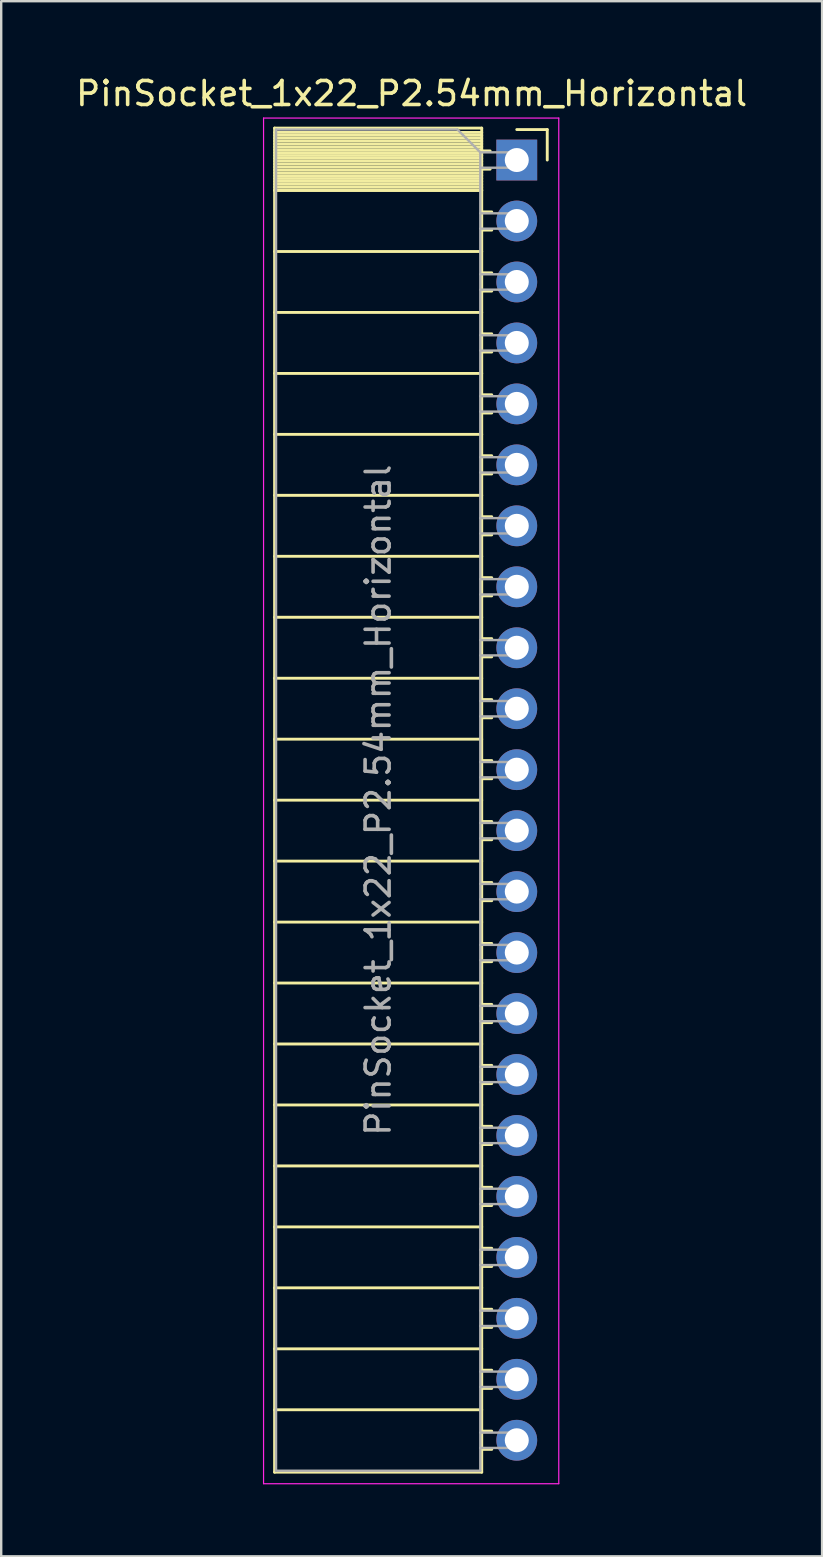
<source format=kicad_pcb>
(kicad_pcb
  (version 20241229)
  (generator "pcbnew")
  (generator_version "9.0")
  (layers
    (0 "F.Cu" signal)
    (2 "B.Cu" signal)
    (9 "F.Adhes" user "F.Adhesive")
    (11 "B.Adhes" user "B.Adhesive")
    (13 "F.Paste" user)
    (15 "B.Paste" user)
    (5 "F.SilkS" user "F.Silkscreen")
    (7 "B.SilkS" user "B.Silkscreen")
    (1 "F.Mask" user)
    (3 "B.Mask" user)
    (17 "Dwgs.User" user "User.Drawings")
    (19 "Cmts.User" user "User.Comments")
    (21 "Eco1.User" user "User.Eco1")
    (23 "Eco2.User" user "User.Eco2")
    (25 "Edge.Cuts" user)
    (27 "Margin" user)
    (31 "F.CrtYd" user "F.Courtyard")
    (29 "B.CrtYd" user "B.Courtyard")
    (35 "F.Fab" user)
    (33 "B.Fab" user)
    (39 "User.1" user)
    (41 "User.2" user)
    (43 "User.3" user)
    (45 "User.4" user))
  (footprint "PinSocket_1x22_P2.54mm_Horizontal"
    (layer "F.Cu")
    (at 18.481 3.618)
    (property "Reference" "PinSocket_1x22_P2.54mm_Horizontal" (at -4.38 -2.77 0) (layer "F.SilkS") (effects (font (size 1 1) (thickness 0.15))))
    (attr through_hole)
    (fp_line (start -10.09 -1.33) (end -10.09 54.67) (stroke (width 0.12) (type solid)) (layer "F.SilkS"))
    (fp_line (start -10.09 -1.33) (end -1.46 -1.33) (stroke (width 0.12) (type solid)) (layer "F.SilkS"))
    (fp_line (start -10.09 -1.15) (end -1.46 -1.15) (stroke (width 0.12) (type solid)) (layer "F.SilkS"))
    (fp_line (start -10.09 -1.03) (end -1.46 -1.03) (stroke (width 0.12) (type solid)) (layer "F.SilkS"))
    (fp_line (start -10.09 -0.91) (end -1.46 -0.91) (stroke (width 0.12) (type solid)) (layer "F.SilkS"))
    (fp_line (start -10.09 -0.79) (end -1.46 -0.79) (stroke (width 0.12) (type solid)) (layer "F.SilkS"))
    (fp_line (start -10.09 -0.67) (end -1.46 -0.67) (stroke (width 0.12) (type solid)) (layer "F.SilkS"))
    (fp_line (start -10.09 -0.55) (end -1.46 -0.55) (stroke (width 0.12) (type solid)) (layer "F.SilkS"))
    (fp_line (start -10.09 -0.43) (end -1.46 -0.43) (stroke (width 0.12) (type solid)) (layer "F.SilkS"))
    (fp_line (start -10.09 -0.31) (end -1.46 -0.31) (stroke (width 0.12) (type solid)) (layer "F.SilkS"))
    (fp_line (start -10.09 -0.19) (end -1.46 -0.19) (stroke (width 0.12) (type solid)) (layer "F.SilkS"))
    (fp_line (start -10.09 -0.07) (end -1.46 -0.07) (stroke (width 0.12) (type solid)) (layer "F.SilkS"))
    (fp_line (start -10.09 0.05) (end -1.46 0.05) (stroke (width 0.12) (type solid)) (layer "F.SilkS"))
    (fp_line (start -10.09 0.17) (end -1.46 0.17) (stroke (width 0.12) (type solid)) (layer "F.SilkS"))
    (fp_line (start -10.09 0.29) (end -1.46 0.29) (stroke (width 0.12) (type solid)) (layer "F.SilkS"))
    (fp_line (start -10.09 0.41) (end -1.46 0.41) (stroke (width 0.12) (type solid)) (layer "F.SilkS"))
    (fp_line (start -10.09 0.53) (end -1.46 0.53) (stroke (width 0.12) (type solid)) (layer "F.SilkS"))
    (fp_line (start -10.09 0.65) (end -1.46 0.65) (stroke (width 0.12) (type solid)) (layer "F.SilkS"))
    (fp_line (start -10.09 0.77) (end -1.46 0.77) (stroke (width 0.12) (type solid)) (layer "F.SilkS"))
    (fp_line (start -10.09 0.89) (end -1.46 0.89) (stroke (width 0.12) (type solid)) (layer "F.SilkS"))
    (fp_line (start -10.09 1.01) (end -1.46 1.01) (stroke (width 0.12) (type solid)) (layer "F.SilkS"))
    (fp_line (start -10.09 1.13) (end -1.46 1.13) (stroke (width 0.12) (type solid)) (layer "F.SilkS"))
    (fp_line (start -10.09 1.25) (end -1.46 1.25) (stroke (width 0.12) (type solid)) (layer "F.SilkS"))
    (fp_line (start -10.09 1.27) (end -1.46 1.27) (stroke (width 0.12) (type solid)) (layer "F.SilkS"))
    (fp_line (start -10.09 3.81) (end -1.46 3.81) (stroke (width 0.12) (type solid)) (layer "F.SilkS"))
    (fp_line (start -10.09 6.35) (end -1.46 6.35) (stroke (width 0.12) (type solid)) (layer "F.SilkS"))
    (fp_line (start -10.09 8.89) (end -1.46 8.89) (stroke (width 0.12) (type solid)) (layer "F.SilkS"))
    (fp_line (start -10.09 11.43) (end -1.46 11.43) (stroke (width 0.12) (type solid)) (layer "F.SilkS"))
    (fp_line (start -10.09 13.97) (end -1.46 13.97) (stroke (width 0.12) (type solid)) (layer "F.SilkS"))
    (fp_line (start -10.09 16.51) (end -1.46 16.51) (stroke (width 0.12) (type solid)) (layer "F.SilkS"))
    (fp_line (start -10.09 19.05) (end -1.46 19.05) (stroke (width 0.12) (type solid)) (layer "F.SilkS"))
    (fp_line (start -10.09 21.59) (end -1.46 21.59) (stroke (width 0.12) (type solid)) (layer "F.SilkS"))
    (fp_line (start -10.09 24.13) (end -1.46 24.13) (stroke (width 0.12) (type solid)) (layer "F.SilkS"))
    (fp_line (start -10.09 26.67) (end -1.46 26.67) (stroke (width 0.12) (type solid)) (layer "F.SilkS"))
    (fp_line (start -10.09 29.21) (end -1.46 29.21) (stroke (width 0.12) (type solid)) (layer "F.SilkS"))
    (fp_line (start -10.09 31.75) (end -1.46 31.75) (stroke (width 0.12) (type solid)) (layer "F.SilkS"))
    (fp_line (start -10.09 34.29) (end -1.46 34.29) (stroke (width 0.12) (type solid)) (layer "F.SilkS"))
    (fp_line (start -10.09 36.83) (end -1.46 36.83) (stroke (width 0.12) (type solid)) (layer "F.SilkS"))
    (fp_line (start -10.09 39.37) (end -1.46 39.37) (stroke (width 0.12) (type solid)) (layer "F.SilkS"))
    (fp_line (start -10.09 41.91) (end -1.46 41.91) (stroke (width 0.12) (type solid)) (layer "F.SilkS"))
    (fp_line (start -10.09 44.45) (end -1.46 44.45) (stroke (width 0.12) (type solid)) (layer "F.SilkS"))
    (fp_line (start -10.09 46.99) (end -1.46 46.99) (stroke (width 0.12) (type solid)) (layer "F.SilkS"))
    (fp_line (start -10.09 49.53) (end -1.46 49.53) (stroke (width 0.12) (type solid)) (layer "F.SilkS"))
    (fp_line (start -10.09 52.07) (end -1.46 52.07) (stroke (width 0.12) (type solid)) (layer "F.SilkS"))
    (fp_line (start -10.09 54.67) (end -1.46 54.67) (stroke (width 0.12) (type solid)) (layer "F.SilkS"))
    (fp_line (start -1.46 -1.33) (end -1.46 54.67) (stroke (width 0.12) (type solid)) (layer "F.SilkS"))
    (fp_line (start -1.46 -0.38) (end -1.11 -0.38) (stroke (width 0.12) (type solid)) (layer "F.SilkS"))
    (fp_line (start -1.46 0.38) (end -1.11 0.38) (stroke (width 0.12) (type solid)) (layer "F.SilkS"))
    (fp_line (start -1.46 2.16) (end -1.043 2.16) (stroke (width 0.12) (type solid)) (layer "F.SilkS"))
    (fp_line (start -1.46 2.92) (end -1.043 2.92) (stroke (width 0.12) (type solid)) (layer "F.SilkS"))
    (fp_line (start -1.46 4.7) (end -1.043 4.7) (stroke (width 0.12) (type solid)) (layer "F.SilkS"))
    (fp_line (start -1.46 5.46) (end -1.043 5.46) (stroke (width 0.12) (type solid)) (layer "F.SilkS"))
    (fp_line (start -1.46 7.24) (end -1.043 7.24) (stroke (width 0.12) (type solid)) (layer "F.SilkS"))
    (fp_line (start -1.46 8) (end -1.043 8) (stroke (width 0.12) (type solid)) (layer "F.SilkS"))
    (fp_line (start -1.46 9.78) (end -1.043 9.78) (stroke (width 0.12) (type solid)) (layer "F.SilkS"))
    (fp_line (start -1.46 10.54) (end -1.043 10.54) (stroke (width 0.12) (type solid)) (layer "F.SilkS"))
    (fp_line (start -1.46 12.32) (end -1.043 12.32) (stroke (width 0.12) (type solid)) (layer "F.SilkS"))
    (fp_line (start -1.46 13.08) (end -1.043 13.08) (stroke (width 0.12) (type solid)) (layer "F.SilkS"))
    (fp_line (start -1.46 14.86) (end -1.043 14.86) (stroke (width 0.12) (type solid)) (layer "F.SilkS"))
    (fp_line (start -1.46 15.62) (end -1.043 15.62) (stroke (width 0.12) (type solid)) (layer "F.SilkS"))
    (fp_line (start -1.46 17.4) (end -1.043 17.4) (stroke (width 0.12) (type solid)) (layer "F.SilkS"))
    (fp_line (start -1.46 18.16) (end -1.043 18.16) (stroke (width 0.12) (type solid)) (layer "F.SilkS"))
    (fp_line (start -1.46 19.94) (end -1.043 19.94) (stroke (width 0.12) (type solid)) (layer "F.SilkS"))
    (fp_line (start -1.46 20.7) (end -1.043 20.7) (stroke (width 0.12) (type solid)) (layer "F.SilkS"))
    (fp_line (start -1.46 22.48) (end -1.043 22.48) (stroke (width 0.12) (type solid)) (layer "F.SilkS"))
    (fp_line (start -1.46 23.24) (end -1.043 23.24) (stroke (width 0.12) (type solid)) (layer "F.SilkS"))
    (fp_line (start -1.46 25.02) (end -1.043 25.02) (stroke (width 0.12) (type solid)) (layer "F.SilkS"))
    (fp_line (start -1.46 25.78) (end -1.043 25.78) (stroke (width 0.12) (type solid)) (layer "F.SilkS"))
    (fp_line (start -1.46 27.56) (end -1.043 27.56) (stroke (width 0.12) (type solid)) (layer "F.SilkS"))
    (fp_line (start -1.46 28.32) (end -1.043 28.32) (stroke (width 0.12) (type solid)) (layer "F.SilkS"))
    (fp_line (start -1.46 30.1) (end -1.043 30.1) (stroke (width 0.12) (type solid)) (layer "F.SilkS"))
    (fp_line (start -1.46 30.86) (end -1.043 30.86) (stroke (width 0.12) (type solid)) (layer "F.SilkS"))
    (fp_line (start -1.46 32.64) (end -1.043 32.64) (stroke (width 0.12) (type solid)) (layer "F.SilkS"))
    (fp_line (start -1.46 33.4) (end -1.043 33.4) (stroke (width 0.12) (type solid)) (layer "F.SilkS"))
    (fp_line (start -1.46 35.18) (end -1.043 35.18) (stroke (width 0.12) (type solid)) (layer "F.SilkS"))
    (fp_line (start -1.46 35.94) (end -1.043 35.94) (stroke (width 0.12) (type solid)) (layer "F.SilkS"))
    (fp_line (start -1.46 37.72) (end -1.043 37.72) (stroke (width 0.12) (type solid)) (layer "F.SilkS"))
    (fp_line (start -1.46 38.48) (end -1.043 38.48) (stroke (width 0.12) (type solid)) (layer "F.SilkS"))
    (fp_line (start -1.46 40.26) (end -1.043 40.26) (stroke (width 0.12) (type solid)) (layer "F.SilkS"))
    (fp_line (start -1.46 41.02) (end -1.043 41.02) (stroke (width 0.12) (type solid)) (layer "F.SilkS"))
    (fp_line (start -1.46 42.8) (end -1.043 42.8) (stroke (width 0.12) (type solid)) (layer "F.SilkS"))
    (fp_line (start -1.46 43.56) (end -1.043 43.56) (stroke (width 0.12) (type solid)) (layer "F.SilkS"))
    (fp_line (start -1.46 45.34) (end -1.043 45.34) (stroke (width 0.12) (type solid)) (layer "F.SilkS"))
    (fp_line (start -1.46 46.1) (end -1.043 46.1) (stroke (width 0.12) (type solid)) (layer "F.SilkS"))
    (fp_line (start -1.46 47.88) (end -1.043 47.88) (stroke (width 0.12) (type solid)) (layer "F.SilkS"))
    (fp_line (start -1.46 48.64) (end -1.043 48.64) (stroke (width 0.12) (type solid)) (layer "F.SilkS"))
    (fp_line (start -1.46 50.42) (end -1.043 50.42) (stroke (width 0.12) (type solid)) (layer "F.SilkS"))
    (fp_line (start -1.46 51.18) (end -1.043 51.18) (stroke (width 0.12) (type solid)) (layer "F.SilkS"))
    (fp_line (start -1.46 52.96) (end -1.043 52.96) (stroke (width 0.12) (type solid)) (layer "F.SilkS"))
    (fp_line (start -1.46 53.72) (end -1.043 53.72) (stroke (width 0.12) (type solid)) (layer "F.SilkS"))
    (fp_line (start 0 -1.27) (end 1.27 -1.27) (stroke (width 0.12) (type solid)) (layer "F.SilkS"))
    (fp_line (start 1.27 -1.27) (end 1.27 0) (stroke (width 0.12) (type solid)) (layer "F.SilkS"))
    (fp_line (start -10.55 -1.75) (end -10.55 55.15) (stroke (width 0.05) (type solid)) (layer "F.CrtYd"))
    (fp_line (start -10.55 55.15) (end 1.75 55.15) (stroke (width 0.05) (type solid)) (layer "F.CrtYd"))
    (fp_line (start 1.75 -1.75) (end -10.55 -1.75) (stroke (width 0.05) (type solid)) (layer "F.CrtYd"))
    (fp_line (start 1.75 55.15) (end 1.75 -1.75) (stroke (width 0.05) (type solid)) (layer "F.CrtYd"))
    (fp_line (start -10.03 -1.27) (end -2.47 -1.27) (stroke (width 0.1) (type solid)) (layer "F.Fab"))
    (fp_line (start -10.03 54.61) (end -10.03 -1.27) (stroke (width 0.1) (type solid)) (layer "F.Fab"))
    (fp_line (start -2.47 -1.27) (end -1.52 -0.32) (stroke (width 0.1) (type solid)) (layer "F.Fab"))
    (fp_line (start -1.52 -0.32) (end -1.52 54.61) (stroke (width 0.1) (type solid)) (layer "F.Fab"))
    (fp_line (start -1.52 0.32) (end 0 0.32) (stroke (width 0.1) (type solid)) (layer "F.Fab"))
    (fp_line (start -1.52 2.86) (end 0 2.86) (stroke (width 0.1) (type solid)) (layer "F.Fab"))
    (fp_line (start -1.52 5.4) (end 0 5.4) (stroke (width 0.1) (type solid)) (layer "F.Fab"))
    (fp_line (start -1.52 7.94) (end 0 7.94) (stroke (width 0.1) (type solid)) (layer "F.Fab"))
    (fp_line (start -1.52 10.48) (end 0 10.48) (stroke (width 0.1) (type solid)) (layer "F.Fab"))
    (fp_line (start -1.52 13.02) (end 0 13.02) (stroke (width 0.1) (type solid)) (layer "F.Fab"))
    (fp_line (start -1.52 15.56) (end 0 15.56) (stroke (width 0.1) (type solid)) (layer "F.Fab"))
    (fp_line (start -1.52 18.1) (end 0 18.1) (stroke (width 0.1) (type solid)) (layer "F.Fab"))
    (fp_line (start -1.52 20.64) (end 0 20.64) (stroke (width 0.1) (type solid)) (layer "F.Fab"))
    (fp_line (start -1.52 23.18) (end 0 23.18) (stroke (width 0.1) (type solid)) (layer "F.Fab"))
    (fp_line (start -1.52 25.72) (end 0 25.72) (stroke (width 0.1) (type solid)) (layer "F.Fab"))
    (fp_line (start -1.52 28.26) (end 0 28.26) (stroke (width 0.1) (type solid)) (layer "F.Fab"))
    (fp_line (start -1.52 30.8) (end 0 30.8) (stroke (width 0.1) (type solid)) (layer "F.Fab"))
    (fp_line (start -1.52 33.34) (end 0 33.34) (stroke (width 0.1) (type solid)) (layer "F.Fab"))
    (fp_line (start -1.52 35.88) (end 0 35.88) (stroke (width 0.1) (type solid)) (layer "F.Fab"))
    (fp_line (start -1.52 38.42) (end 0 38.42) (stroke (width 0.1) (type solid)) (layer "F.Fab"))
    (fp_line (start -1.52 40.96) (end 0 40.96) (stroke (width 0.1) (type solid)) (layer "F.Fab"))
    (fp_line (start -1.52 43.5) (end 0 43.5) (stroke (width 0.1) (type solid)) (layer "F.Fab"))
    (fp_line (start -1.52 46.04) (end 0 46.04) (stroke (width 0.1) (type solid)) (layer "F.Fab"))
    (fp_line (start -1.52 48.58) (end 0 48.58) (stroke (width 0.1) (type solid)) (layer "F.Fab"))
    (fp_line (start -1.52 51.12) (end 0 51.12) (stroke (width 0.1) (type solid)) (layer "F.Fab"))
    (fp_line (start -1.52 53.66) (end 0 53.66) (stroke (width 0.1) (type solid)) (layer "F.Fab"))
    (fp_line (start -1.52 54.61) (end -10.03 54.61) (stroke (width 0.1) (type solid)) (layer "F.Fab"))
    (fp_line (start 0 -0.32) (end -1.52 -0.32) (stroke (width 0.1) (type solid)) (layer "F.Fab"))
    (fp_line (start 0 0.32) (end 0 -0.32) (stroke (width 0.1) (type solid)) (layer "F.Fab"))
    (fp_line (start 0 2.22) (end -1.52 2.22) (stroke (width 0.1) (type solid)) (layer "F.Fab"))
    (fp_line (start 0 2.86) (end 0 2.22) (stroke (width 0.1) (type solid)) (layer "F.Fab"))
    (fp_line (start 0 4.76) (end -1.52 4.76) (stroke (width 0.1) (type solid)) (layer "F.Fab"))
    (fp_line (start 0 5.4) (end 0 4.76) (stroke (width 0.1) (type solid)) (layer "F.Fab"))
    (fp_line (start 0 7.3) (end -1.52 7.3) (stroke (width 0.1) (type solid)) (layer "F.Fab"))
    (fp_line (start 0 7.94) (end 0 7.3) (stroke (width 0.1) (type solid)) (layer "F.Fab"))
    (fp_line (start 0 9.84) (end -1.52 9.84) (stroke (width 0.1) (type solid)) (layer "F.Fab"))
    (fp_line (start 0 10.48) (end 0 9.84) (stroke (width 0.1) (type solid)) (layer "F.Fab"))
    (fp_line (start 0 12.38) (end -1.52 12.38) (stroke (width 0.1) (type solid)) (layer "F.Fab"))
    (fp_line (start 0 13.02) (end 0 12.38) (stroke (width 0.1) (type solid)) (layer "F.Fab"))
    (fp_line (start 0 14.92) (end -1.52 14.92) (stroke (width 0.1) (type solid)) (layer "F.Fab"))
    (fp_line (start 0 15.56) (end 0 14.92) (stroke (width 0.1) (type solid)) (layer "F.Fab"))
    (fp_line (start 0 17.46) (end -1.52 17.46) (stroke (width 0.1) (type solid)) (layer "F.Fab"))
    (fp_line (start 0 18.1) (end 0 17.46) (stroke (width 0.1) (type solid)) (layer "F.Fab"))
    (fp_line (start 0 20) (end -1.52 20) (stroke (width 0.1) (type solid)) (layer "F.Fab"))
    (fp_line (start 0 20.64) (end 0 20) (stroke (width 0.1) (type solid)) (layer "F.Fab"))
    (fp_line (start 0 22.54) (end -1.52 22.54) (stroke (width 0.1) (type solid)) (layer "F.Fab"))
    (fp_line (start 0 23.18) (end 0 22.54) (stroke (width 0.1) (type solid)) (layer "F.Fab"))
    (fp_line (start 0 25.08) (end -1.52 25.08) (stroke (width 0.1) (type solid)) (layer "F.Fab"))
    (fp_line (start 0 25.72) (end 0 25.08) (stroke (width 0.1) (type solid)) (layer "F.Fab"))
    (fp_line (start 0 27.62) (end -1.52 27.62) (stroke (width 0.1) (type solid)) (layer "F.Fab"))
    (fp_line (start 0 28.26) (end 0 27.62) (stroke (width 0.1) (type solid)) (layer "F.Fab"))
    (fp_line (start 0 30.16) (end -1.52 30.16) (stroke (width 0.1) (type solid)) (layer "F.Fab"))
    (fp_line (start 0 30.8) (end 0 30.16) (stroke (width 0.1) (type solid)) (layer "F.Fab"))
    (fp_line (start 0 32.7) (end -1.52 32.7) (stroke (width 0.1) (type solid)) (layer "F.Fab"))
    (fp_line (start 0 33.34) (end 0 32.7) (stroke (width 0.1) (type solid)) (layer "F.Fab"))
    (fp_line (start 0 35.24) (end -1.52 35.24) (stroke (width 0.1) (type solid)) (layer "F.Fab"))
    (fp_line (start 0 35.88) (end 0 35.24) (stroke (width 0.1) (type solid)) (layer "F.Fab"))
    (fp_line (start 0 37.78) (end -1.52 37.78) (stroke (width 0.1) (type solid)) (layer "F.Fab"))
    (fp_line (start 0 38.42) (end 0 37.78) (stroke (width 0.1) (type solid)) (layer "F.Fab"))
    (fp_line (start 0 40.32) (end -1.52 40.32) (stroke (width 0.1) (type solid)) (layer "F.Fab"))
    (fp_line (start 0 40.96) (end 0 40.32) (stroke (width 0.1) (type solid)) (layer "F.Fab"))
    (fp_line (start 0 42.86) (end -1.52 42.86) (stroke (width 0.1) (type solid)) (layer "F.Fab"))
    (fp_line (start 0 43.5) (end 0 42.86) (stroke (width 0.1) (type solid)) (layer "F.Fab"))
    (fp_line (start 0 45.4) (end -1.52 45.4) (stroke (width 0.1) (type solid)) (layer "F.Fab"))
    (fp_line (start 0 46.04) (end 0 45.4) (stroke (width 0.1) (type solid)) (layer "F.Fab"))
    (fp_line (start 0 47.94) (end -1.52 47.94) (stroke (width 0.1) (type solid)) (layer "F.Fab"))
    (fp_line (start 0 48.58) (end 0 47.94) (stroke (width 0.1) (type solid)) (layer "F.Fab"))
    (fp_line (start 0 50.48) (end -1.52 50.48) (stroke (width 0.1) (type solid)) (layer "F.Fab"))
    (fp_line (start 0 51.12) (end 0 50.48) (stroke (width 0.1) (type solid)) (layer "F.Fab"))
    (fp_line (start 0 53.02) (end -1.52 53.02) (stroke (width 0.1) (type solid)) (layer "F.Fab"))
    (fp_line (start 0 53.66) (end 0 53.02) (stroke (width 0.1) (type solid)) (layer "F.Fab"))
    (fp_text user "${REFERENCE}" (at -5.775 26.67 90) (layer "F.Fab") (effects (font (size 1 1) (thickness 0.15))))
    (pad "1" thru_hole rect (at 0 0) (size 1.7 1.7) (drill 1) (layers "*.Cu" "*.Mask"))
    (pad "2" thru_hole oval (at 0 2.54) (size 1.7 1.7) (drill 1) (layers "*.Cu" "*.Mask"))
    (pad "3" thru_hole oval (at 0 5.08) (size 1.7 1.7) (drill 1) (layers "*.Cu" "*.Mask"))
    (pad "4" thru_hole oval (at 0 7.62) (size 1.7 1.7) (drill 1) (layers "*.Cu" "*.Mask"))
    (pad "5" thru_hole oval (at 0 10.16) (size 1.7 1.7) (drill 1) (layers "*.Cu" "*.Mask"))
    (pad "6" thru_hole oval (at 0 12.7) (size 1.7 1.7) (drill 1) (layers "*.Cu" "*.Mask"))
    (pad "7" thru_hole oval (at 0 15.24) (size 1.7 1.7) (drill 1) (layers "*.Cu" "*.Mask"))
    (pad "8" thru_hole oval (at 0 17.78) (size 1.7 1.7) (drill 1) (layers "*.Cu" "*.Mask"))
    (pad "9" thru_hole oval (at 0 20.32) (size 1.7 1.7) (drill 1) (layers "*.Cu" "*.Mask"))
    (pad "10" thru_hole oval (at 0 22.86) (size 1.7 1.7) (drill 1) (layers "*.Cu" "*.Mask"))
    (pad "11" thru_hole oval (at 0 25.4) (size 1.7 1.7) (drill 1) (layers "*.Cu" "*.Mask"))
    (pad "12" thru_hole oval (at 0 27.94) (size 1.7 1.7) (drill 1) (layers "*.Cu" "*.Mask"))
    (pad "13" thru_hole oval (at 0 30.48) (size 1.7 1.7) (drill 1) (layers "*.Cu" "*.Mask"))
    (pad "14" thru_hole oval (at 0 33.02) (size 1.7 1.7) (drill 1) (layers "*.Cu" "*.Mask"))
    (pad "15" thru_hole oval (at 0 35.56) (size 1.7 1.7) (drill 1) (layers "*.Cu" "*.Mask"))
    (pad "16" thru_hole oval (at 0 38.1) (size 1.7 1.7) (drill 1) (layers "*.Cu" "*.Mask"))
    (pad "17" thru_hole oval (at 0 40.64) (size 1.7 1.7) (drill 1) (layers "*.Cu" "*.Mask"))
    (pad "18" thru_hole oval (at 0 43.18) (size 1.7 1.7) (drill 1) (layers "*.Cu" "*.Mask"))
    (pad "19" thru_hole oval (at 0 45.72) (size 1.7 1.7) (drill 1) (layers "*.Cu" "*.Mask"))
    (pad "20" thru_hole oval (at 0 48.26) (size 1.7 1.7) (drill 1) (layers "*.Cu" "*.Mask"))
    (pad "21" thru_hole oval (at 0 50.8) (size 1.7 1.7) (drill 1) (layers "*.Cu" "*.Mask"))
    (pad "22" thru_hole oval (at 0 53.34) (size 1.7 1.7) (drill 1) (layers "*.Cu" "*.Mask")))
  (gr_rect
    (start -3 -3)
    (end 31.202 61.793)
    (stroke (width 0.1) (type default))
    (fill no)
    (layer "Edge.Cuts")))
</source>
